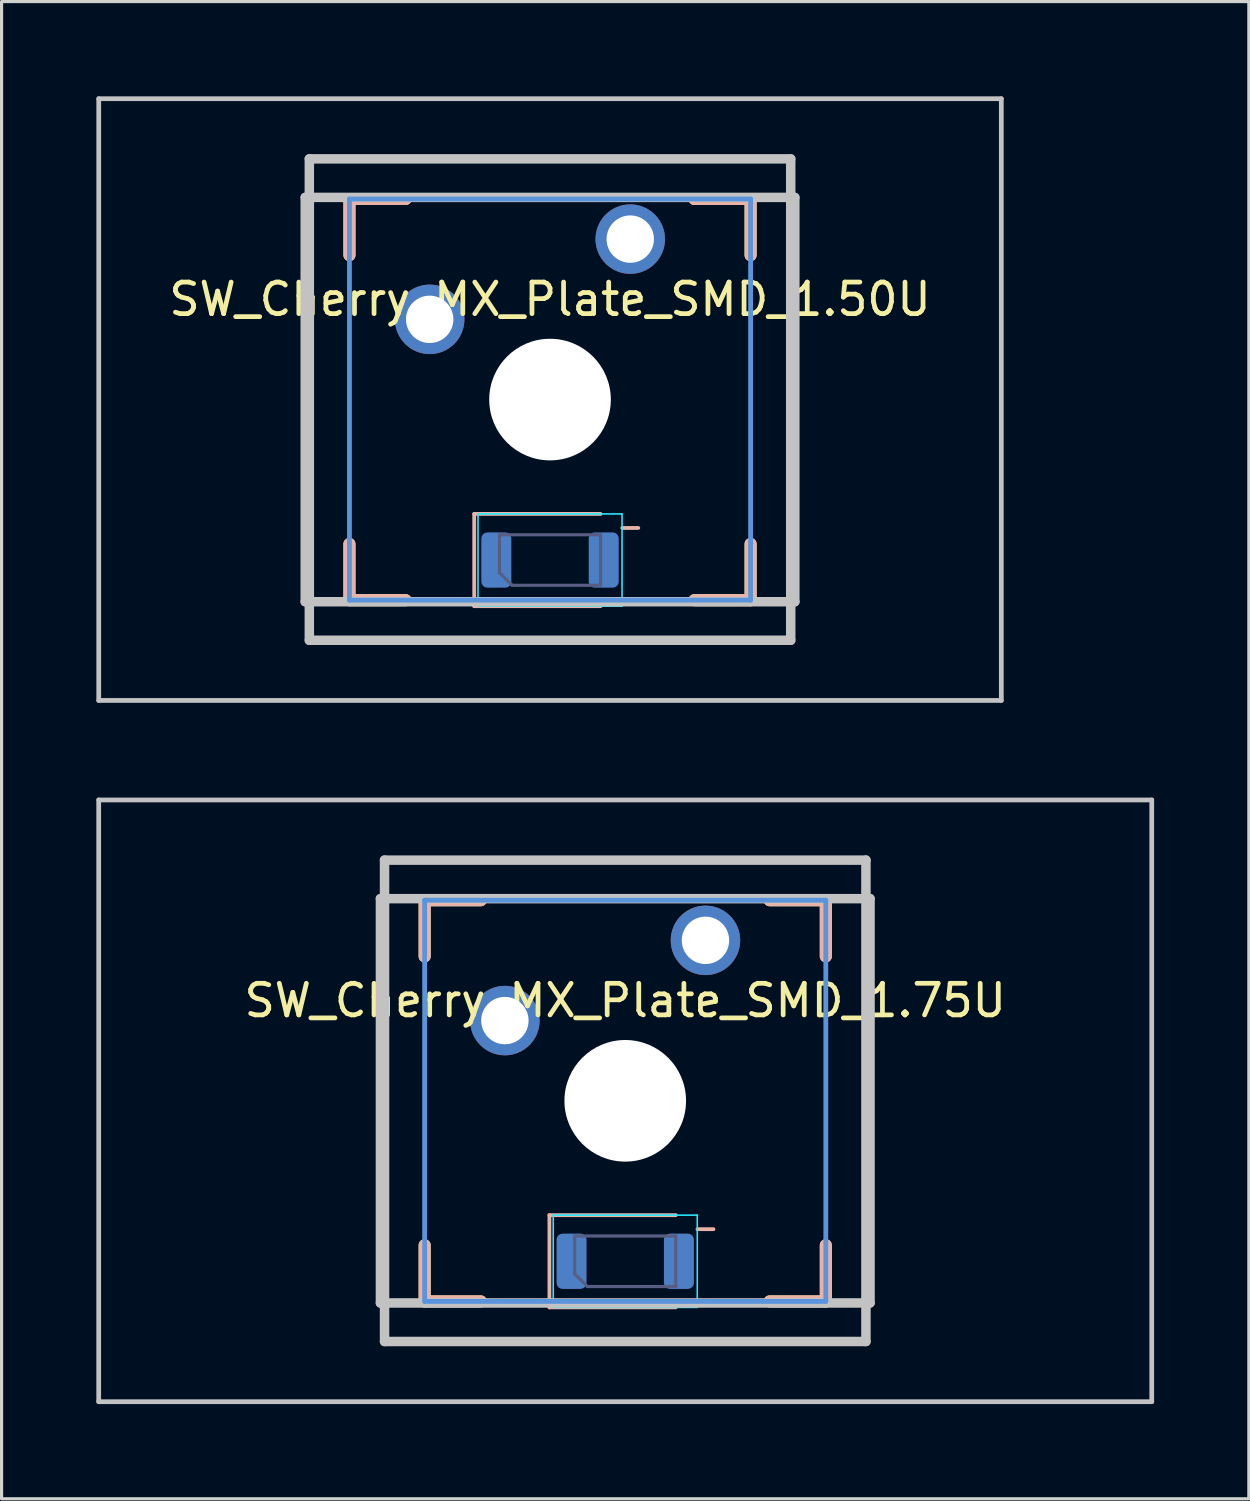
<source format=kicad_pcb>
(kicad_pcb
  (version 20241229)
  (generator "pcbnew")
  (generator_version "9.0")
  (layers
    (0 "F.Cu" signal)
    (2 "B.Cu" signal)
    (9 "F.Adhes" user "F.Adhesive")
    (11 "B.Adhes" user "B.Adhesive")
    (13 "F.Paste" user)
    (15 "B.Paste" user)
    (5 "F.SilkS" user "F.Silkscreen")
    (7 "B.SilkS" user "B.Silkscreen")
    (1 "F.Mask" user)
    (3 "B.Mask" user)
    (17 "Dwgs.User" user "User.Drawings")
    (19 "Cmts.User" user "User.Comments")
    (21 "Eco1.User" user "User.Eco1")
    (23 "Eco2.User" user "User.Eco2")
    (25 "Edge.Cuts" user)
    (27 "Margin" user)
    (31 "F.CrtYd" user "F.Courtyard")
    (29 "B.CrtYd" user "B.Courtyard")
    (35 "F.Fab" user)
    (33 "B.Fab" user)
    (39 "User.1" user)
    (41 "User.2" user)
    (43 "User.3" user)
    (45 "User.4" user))
  (footprint "SW_Cherry_MX_Plate_SMD_1.50U"
    (layer "F.Cu")
    (at 14.363 9.6)
    (property "Reference" "SW_Cherry_MX_Plate_SMD_1.50U" (at 0 -3.175 0) (layer "F.SilkS") (effects (font (size 1 1) (thickness 0.15))))
    (attr exclude_from_pos_files exclude_from_bom)
    (fp_line (start -6.35 -6.35) (end -4.572 -6.35) (stroke (width 0.381) (type solid)) (layer "F.SilkS"))
    (fp_line (start -6.35 -4.572) (end -6.35 -6.35) (stroke (width 0.381) (type solid)) (layer "F.SilkS"))
    (fp_line (start -6.35 6.35) (end -6.35 4.572) (stroke (width 0.381) (type solid)) (layer "F.SilkS"))
    (fp_line (start -4.572 6.35) (end -6.35 6.35) (stroke (width 0.381) (type solid)) (layer "F.SilkS"))
    (fp_line (start 4.572 -6.35) (end 6.35 -6.35) (stroke (width 0.381) (type solid)) (layer "F.SilkS"))
    (fp_line (start 6.35 -6.35) (end 6.35 -4.572) (stroke (width 0.381) (type solid)) (layer "F.SilkS"))
    (fp_line (start 6.35 4.572) (end 6.35 6.35) (stroke (width 0.381) (type solid)) (layer "F.SilkS"))
    (fp_line (start 6.35 6.35) (end 4.572 6.35) (stroke (width 0.381) (type solid)) (layer "F.SilkS"))
    (fp_line (start -6.35 -6.35) (end -6.35 -4.572) (stroke (width 0.381) (type solid)) (layer "B.SilkS"))
    (fp_line (start -6.35 4.572) (end -6.35 6.35) (stroke (width 0.381) (type solid)) (layer "B.SilkS"))
    (fp_line (start -6.35 6.35) (end -4.572 6.35) (stroke (width 0.381) (type solid)) (layer "B.SilkS"))
    (fp_line (start -4.572 -6.35) (end -6.35 -6.35) (stroke (width 0.381) (type solid)) (layer "B.SilkS"))
    (fp_line (start -2.4 3.62) (end 1.6 3.62) (stroke (width 0.12) (type solid)) (layer "B.SilkS"))
    (fp_line (start -2.4 6.54) (end -2.4 3.62) (stroke (width 0.12) (type solid)) (layer "B.SilkS"))
    (fp_line (start 1.6 6.54) (end -2.4 6.54) (stroke (width 0.12) (type solid)) (layer "B.SilkS"))
    (fp_line (start 2.286 4.064) (end 2.794 4.064) (stroke (width 0.12) (type solid)) (layer "B.SilkS"))
    (fp_line (start 4.572 6.35) (end 6.35 6.35) (stroke (width 0.381) (type solid)) (layer "B.SilkS"))
    (fp_line (start 6.35 -6.35) (end 4.572 -6.35) (stroke (width 0.381) (type solid)) (layer "B.SilkS"))
    (fp_line (start 6.35 -4.572) (end 6.35 -6.35) (stroke (width 0.381) (type solid)) (layer "B.SilkS"))
    (fp_line (start 6.35 6.35) (end 6.35 4.572) (stroke (width 0.381) (type solid)) (layer "B.SilkS"))
    (fp_line (start -14.287 -9.525) (end 14.287 -9.525) (stroke (width 0.15) (type solid)) (layer "Dwgs.User"))
    (fp_line (start -14.287 9.525) (end -14.287 -9.525) (stroke (width 0.15) (type solid)) (layer "Dwgs.User"))
    (fp_line (start -7.75 6.4) (end -7.75 -6.4) (stroke (width 0.3) (type solid)) (layer "Dwgs.User"))
    (fp_line (start -7.75 6.4) (end 7.75 6.4) (stroke (width 0.3) (type solid)) (layer "Dwgs.User"))
    (fp_line (start -7.62 -7.62) (end 7.62 -7.62) (stroke (width 0.3) (type solid)) (layer "Dwgs.User"))
    (fp_line (start -7.62 7.62) (end -7.62 -7.62) (stroke (width 0.3) (type solid)) (layer "Dwgs.User"))
    (fp_line (start 7.62 -7.62) (end 7.62 7.62) (stroke (width 0.3) (type solid)) (layer "Dwgs.User"))
    (fp_line (start 7.62 7.62) (end -7.62 7.62) (stroke (width 0.3) (type solid)) (layer "Dwgs.User"))
    (fp_line (start 7.75 -6.4) (end -7.75 -6.4) (stroke (width 0.3) (type solid)) (layer "Dwgs.User"))
    (fp_line (start 7.75 6.4) (end 7.75 -6.4) (stroke (width 0.3) (type solid)) (layer "Dwgs.User"))
    (fp_line (start 14.287 -9.525) (end 14.287 9.525) (stroke (width 0.15) (type solid)) (layer "Dwgs.User"))
    (fp_line (start 14.287 9.525) (end -14.287 9.525) (stroke (width 0.15) (type solid)) (layer "Dwgs.User"))
    (fp_line (start -6.35 -6.35) (end 6.35 -6.35) (stroke (width 0.152) (type solid)) (layer "Cmts.User"))
    (fp_line (start -6.35 6.35) (end -6.35 -6.35) (stroke (width 0.152) (type solid)) (layer "Cmts.User"))
    (fp_line (start 6.35 -6.35) (end 6.35 6.35) (stroke (width 0.152) (type solid)) (layer "Cmts.User"))
    (fp_line (start 6.35 6.35) (end -6.35 6.35) (stroke (width 0.152) (type solid)) (layer "Cmts.User"))
    (fp_line (start -6.985 -6.985) (end 6.985 -6.985) (stroke (width 0.152) (type solid)) (layer "Eco2.User"))
    (fp_line (start -6.985 6.985) (end -6.985 -6.985) (stroke (width 0.152) (type solid)) (layer "Eco2.User"))
    (fp_line (start 6.985 -6.985) (end 6.985 6.985) (stroke (width 0.152) (type solid)) (layer "Eco2.User"))
    (fp_line (start 6.985 6.985) (end -6.985 6.985) (stroke (width 0.152) (type solid)) (layer "Eco2.User"))
    (fp_line (start -2.28 3.62) (end -2.28 6.54) (stroke (width 0.05) (type solid)) (layer "B.CrtYd"))
    (fp_line (start -2.28 6.54) (end 2.28 6.54) (stroke (width 0.05) (type solid)) (layer "B.CrtYd"))
    (fp_line (start 2.28 3.62) (end -2.28 3.62) (stroke (width 0.05) (type solid)) (layer "B.CrtYd"))
    (fp_line (start 2.28 6.54) (end 2.28 3.62) (stroke (width 0.05) (type solid)) (layer "B.CrtYd"))
    (fp_line (start -1.6 4.28) (end 1.6 4.28) (stroke (width 0.1) (type solid)) (layer "B.Fab"))
    (fp_line (start -1.6 5.48) (end -1.6 4.28) (stroke (width 0.1) (type solid)) (layer "B.Fab"))
    (fp_line (start -1.2 5.88) (end -1.6 5.48) (stroke (width 0.1) (type solid)) (layer "B.Fab"))
    (fp_line (start 1.6 4.28) (end 1.6 5.88) (stroke (width 0.1) (type solid)) (layer "B.Fab"))
    (fp_line (start 1.6 5.88) (end -1.2 5.88) (stroke (width 0.1) (type solid)) (layer "B.Fab"))
    (pad "" np_thru_hole circle (at 0 0) (size 3.85 3.85) (drill 3.85) (layers "*.Cu" "*.Mask"))
    (pad "1" thru_hole circle (at -3.81 -2.54) (size 2.2 2.2) (drill 1.5) (layers "*.Cu" "*.Mask"))
    (pad "2" thru_hole circle (at 2.54 -5.08) (size 2.2 2.2) (drill 1.5) (layers "*.Cu" "*.Mask"))
    (pad "3" smd roundrect (at 1.7 5.08) (size 0.95 1.75) (layers "B.Cu" "B.Mask" "B.Paste") (roundrect_rratio 0.2))
    (pad "4" smd roundrect (at -1.7 5.08) (size 0.95 1.75) (layers "B.Cu" "B.Mask" "B.Paste") (roundrect_rratio 0.2)))
  (footprint "SW_Cherry_MX_Plate_SMD_1.75U"
    (layer "F.Cu")
    (at 16.744 31.8)
    (property "Reference" "SW_Cherry_MX_Plate_SMD_1.75U" (at 0 -3.175 0) (layer "F.SilkS") (effects (font (size 1 1) (thickness 0.15))))
    (attr exclude_from_pos_files exclude_from_bom)
    (fp_line (start -6.35 -6.35) (end -4.572 -6.35) (stroke (width 0.381) (type solid)) (layer "F.SilkS"))
    (fp_line (start -6.35 -4.572) (end -6.35 -6.35) (stroke (width 0.381) (type solid)) (layer "F.SilkS"))
    (fp_line (start -6.35 6.35) (end -6.35 4.572) (stroke (width 0.381) (type solid)) (layer "F.SilkS"))
    (fp_line (start -4.572 6.35) (end -6.35 6.35) (stroke (width 0.381) (type solid)) (layer "F.SilkS"))
    (fp_line (start 4.572 -6.35) (end 6.35 -6.35) (stroke (width 0.381) (type solid)) (layer "F.SilkS"))
    (fp_line (start 6.35 -6.35) (end 6.35 -4.572) (stroke (width 0.381) (type solid)) (layer "F.SilkS"))
    (fp_line (start 6.35 4.572) (end 6.35 6.35) (stroke (width 0.381) (type solid)) (layer "F.SilkS"))
    (fp_line (start 6.35 6.35) (end 4.572 6.35) (stroke (width 0.381) (type solid)) (layer "F.SilkS"))
    (fp_line (start -6.35 -6.35) (end -6.35 -4.572) (stroke (width 0.381) (type solid)) (layer "B.SilkS"))
    (fp_line (start -6.35 4.572) (end -6.35 6.35) (stroke (width 0.381) (type solid)) (layer "B.SilkS"))
    (fp_line (start -6.35 6.35) (end -4.572 6.35) (stroke (width 0.381) (type solid)) (layer "B.SilkS"))
    (fp_line (start -4.572 -6.35) (end -6.35 -6.35) (stroke (width 0.381) (type solid)) (layer "B.SilkS"))
    (fp_line (start -2.4 3.62) (end 1.6 3.62) (stroke (width 0.12) (type solid)) (layer "B.SilkS"))
    (fp_line (start -2.4 6.54) (end -2.4 3.62) (stroke (width 0.12) (type solid)) (layer "B.SilkS"))
    (fp_line (start 1.6 6.54) (end -2.4 6.54) (stroke (width 0.12) (type solid)) (layer "B.SilkS"))
    (fp_line (start 2.286 4.064) (end 2.794 4.064) (stroke (width 0.12) (type solid)) (layer "B.SilkS"))
    (fp_line (start 4.572 6.35) (end 6.35 6.35) (stroke (width 0.381) (type solid)) (layer "B.SilkS"))
    (fp_line (start 6.35 -6.35) (end 4.572 -6.35) (stroke (width 0.381) (type solid)) (layer "B.SilkS"))
    (fp_line (start 6.35 -4.572) (end 6.35 -6.35) (stroke (width 0.381) (type solid)) (layer "B.SilkS"))
    (fp_line (start 6.35 6.35) (end 6.35 4.572) (stroke (width 0.381) (type solid)) (layer "B.SilkS"))
    (fp_line (start -16.669 -9.525) (end 16.669 -9.525) (stroke (width 0.15) (type solid)) (layer "Dwgs.User"))
    (fp_line (start -16.669 9.525) (end -16.669 -9.525) (stroke (width 0.15) (type solid)) (layer "Dwgs.User"))
    (fp_line (start -7.75 6.4) (end -7.75 -6.4) (stroke (width 0.3) (type solid)) (layer "Dwgs.User"))
    (fp_line (start -7.75 6.4) (end 7.75 6.4) (stroke (width 0.3) (type solid)) (layer "Dwgs.User"))
    (fp_line (start -7.62 -7.62) (end 7.62 -7.62) (stroke (width 0.3) (type solid)) (layer "Dwgs.User"))
    (fp_line (start -7.62 7.62) (end -7.62 -7.62) (stroke (width 0.3) (type solid)) (layer "Dwgs.User"))
    (fp_line (start 7.62 -7.62) (end 7.62 7.62) (stroke (width 0.3) (type solid)) (layer "Dwgs.User"))
    (fp_line (start 7.62 7.62) (end -7.62 7.62) (stroke (width 0.3) (type solid)) (layer "Dwgs.User"))
    (fp_line (start 7.75 -6.4) (end -7.75 -6.4) (stroke (width 0.3) (type solid)) (layer "Dwgs.User"))
    (fp_line (start 7.75 6.4) (end 7.75 -6.4) (stroke (width 0.3) (type solid)) (layer "Dwgs.User"))
    (fp_line (start 16.669 -9.525) (end 16.669 9.525) (stroke (width 0.15) (type solid)) (layer "Dwgs.User"))
    (fp_line (start 16.669 9.525) (end -16.669 9.525) (stroke (width 0.15) (type solid)) (layer "Dwgs.User"))
    (fp_line (start -6.35 -6.35) (end 6.35 -6.35) (stroke (width 0.152) (type solid)) (layer "Cmts.User"))
    (fp_line (start -6.35 6.35) (end -6.35 -6.35) (stroke (width 0.152) (type solid)) (layer "Cmts.User"))
    (fp_line (start 6.35 -6.35) (end 6.35 6.35) (stroke (width 0.152) (type solid)) (layer "Cmts.User"))
    (fp_line (start 6.35 6.35) (end -6.35 6.35) (stroke (width 0.152) (type solid)) (layer "Cmts.User"))
    (fp_line (start -6.985 -6.985) (end 6.985 -6.985) (stroke (width 0.152) (type solid)) (layer "Eco2.User"))
    (fp_line (start -6.985 6.985) (end -6.985 -6.985) (stroke (width 0.152) (type solid)) (layer "Eco2.User"))
    (fp_line (start 6.985 -6.985) (end 6.985 6.985) (stroke (width 0.152) (type solid)) (layer "Eco2.User"))
    (fp_line (start 6.985 6.985) (end -6.985 6.985) (stroke (width 0.152) (type solid)) (layer "Eco2.User"))
    (fp_line (start -2.28 3.62) (end -2.28 6.54) (stroke (width 0.05) (type solid)) (layer "B.CrtYd"))
    (fp_line (start -2.28 6.54) (end 2.28 6.54) (stroke (width 0.05) (type solid)) (layer "B.CrtYd"))
    (fp_line (start 2.28 3.62) (end -2.28 3.62) (stroke (width 0.05) (type solid)) (layer "B.CrtYd"))
    (fp_line (start 2.28 6.54) (end 2.28 3.62) (stroke (width 0.05) (type solid)) (layer "B.CrtYd"))
    (fp_line (start -1.6 4.28) (end 1.6 4.28) (stroke (width 0.1) (type solid)) (layer "B.Fab"))
    (fp_line (start -1.6 5.48) (end -1.6 4.28) (stroke (width 0.1) (type solid)) (layer "B.Fab"))
    (fp_line (start -1.2 5.88) (end -1.6 5.48) (stroke (width 0.1) (type solid)) (layer "B.Fab"))
    (fp_line (start 1.6 4.28) (end 1.6 5.88) (stroke (width 0.1) (type solid)) (layer "B.Fab"))
    (fp_line (start 1.6 5.88) (end -1.2 5.88) (stroke (width 0.1) (type solid)) (layer "B.Fab"))
    (pad "" np_thru_hole circle (at 0 0) (size 3.85 3.85) (drill 3.85) (layers "*.Cu" "*.Mask"))
    (pad "1" thru_hole circle (at -3.81 -2.54) (size 2.2 2.2) (drill 1.5) (layers "*.Cu" "*.Mask"))
    (pad "2" thru_hole circle (at 2.54 -5.08) (size 2.2 2.2) (drill 1.5) (layers "*.Cu" "*.Mask"))
    (pad "3" smd roundrect (at 1.7 5.08) (size 0.95 1.75) (layers "B.Cu" "B.Mask" "B.Paste") (roundrect_rratio 0.2))
    (pad "4" smd roundrect (at -1.7 5.08) (size 0.95 1.75) (layers "B.Cu" "B.Mask" "B.Paste") (roundrect_rratio 0.2)))
  (gr_rect
    (start -3 -3)
    (end 36.487 44.4)
    (stroke (width 0.1) (type default))
    (fill no)
    (layer "Edge.Cuts")))
</source>
